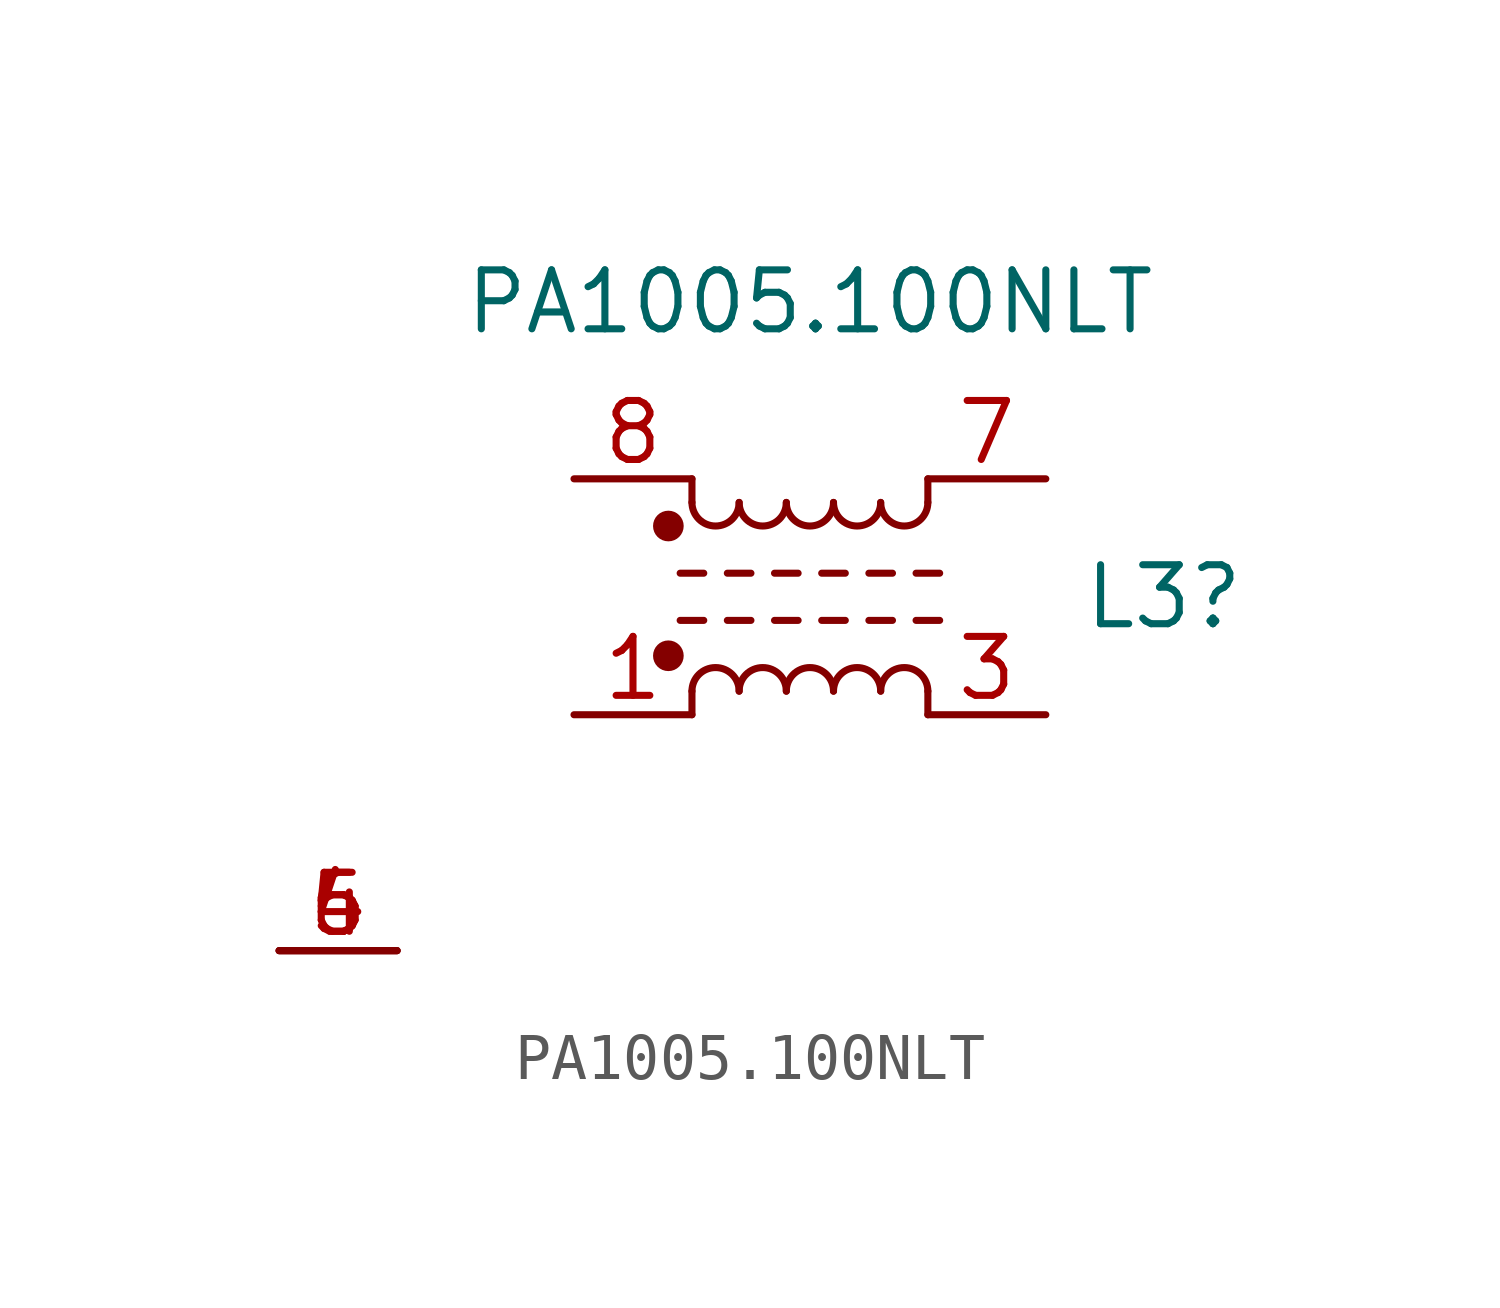
<source format=kicad_sym>
(kicad_symbol_lib
  (version 20211014)
  (generator kicad_symbol_editor)
  (symbol "PA1005.100NLT"
    (pin_names
      (offset 0.254) hide)
    (property "Reference" "L3"
      (at 7.62 0 0)
      (effects (font (size 1.27 1.27))))
    (property "Value" "PA1005.100NLT"
      (at 0 6.35 0)
      (effects (font (size 1.27 1.27))))
    (symbol "PA1005.100NLT_0_1"
      (circle (center -3.048 -1.27) (radius 0.254) (stroke (width 0) (type default) (color 0 0 0 0)) (fill (type outline)))
      (circle (center -3.048 1.524) (radius 0.254) (stroke (width 0) (type default) (color 0 0 0 0)) (fill (type outline)))
      (arc (start -2.54 2.032) (mid -2.032 1.524) (end -1.524 2.032) (stroke (width 0) (type default) (color 0 0 0 0)) (fill (type none)))
      (arc (start -1.524 -2.032) (mid -2.032 -1.524) (end -2.54 -2.032) (stroke (width 0) (type default) (color 0 0 0 0)) (fill (type none)))
      (arc (start -1.524 2.032) (mid -1.016 1.524) (end -0.508 2.032) (stroke (width 0) (type default) (color 0 0 0 0)) (fill (type none)))
      (arc (start -0.508 -2.032) (mid -1.016 -1.524) (end -1.524 -2.032) (stroke (width 0) (type default) (color 0 0 0 0)) (fill (type none)))
      (arc (start -0.508 2.032) (mid 0 1.524) (end 0.508 2.032) (stroke (width 0) (type default) (color 0 0 0 0)) (fill (type none)))
      (polyline (pts (xy -2.794 -0.508) (xy -2.286 -0.508)) (stroke (width 0) (type default) (color 0 0 0 0)) (fill (type none)))
      (polyline (pts (xy -2.794 0.508) (xy -2.286 0.508)) (stroke (width 0) (type default) (color 0 0 0 0)) (fill (type none)))
      (polyline (pts (xy -2.54 -2.032) (xy -2.54 -2.54)) (stroke (width 0) (type default) (color 0 0 0 0)) (fill (type none)))
      (polyline (pts (xy -2.54 2.032) (xy -2.54 2.54)) (stroke (width 0) (type default) (color 0 0 0 0)) (fill (type none)))
      (polyline (pts (xy -1.778 -0.508) (xy -1.27 -0.508)) (stroke (width 0) (type default) (color 0 0 0 0)) (fill (type none)))
      (polyline (pts (xy -1.778 0.508) (xy -1.27 0.508)) (stroke (width 0) (type default) (color 0 0 0 0)) (fill (type none)))
      (polyline (pts (xy -0.762 -0.508) (xy -0.254 -0.508)) (stroke (width 0) (type default) (color 0 0 0 0)) (fill (type none)))
      (polyline (pts (xy -0.762 0.508) (xy -0.254 0.508)) (stroke (width 0) (type default) (color 0 0 0 0)) (fill (type none)))
      (polyline (pts (xy 0.254 -0.508) (xy 0.762 -0.508)) (stroke (width 0) (type default) (color 0 0 0 0)) (fill (type none)))
      (polyline (pts (xy 0.254 0.508) (xy 0.762 0.508)) (stroke (width 0) (type default) (color 0 0 0 0)) (fill (type none)))
      (polyline (pts (xy 1.27 -0.508) (xy 1.778 -0.508)) (stroke (width 0) (type default) (color 0 0 0 0)) (fill (type none)))
      (polyline (pts (xy 1.27 0.508) (xy 1.778 0.508)) (stroke (width 0) (type default) (color 0 0 0 0)) (fill (type none)))
      (polyline (pts (xy 2.286 -0.508) (xy 2.794 -0.508)) (stroke (width 0) (type default) (color 0 0 0 0)) (fill (type none)))
      (polyline (pts (xy 2.286 0.508) (xy 2.794 0.508)) (stroke (width 0) (type default) (color 0 0 0 0)) (fill (type none)))
      (polyline (pts (xy 2.54 -2.032) (xy 2.54 -2.54)) (stroke (width 0) (type default) (color 0 0 0 0)) (fill (type none)))
      (polyline (pts (xy 2.54 2.54) (xy 2.54 2.032)) (stroke (width 0) (type default) (color 0 0 0 0)) (fill (type none)))
      (arc (start 0.508 -2.032) (mid 0 -1.524) (end -0.508 -2.032) (stroke (width 0) (type default) (color 0 0 0 0)) (fill (type none)))
      (arc (start 0.508 2.032) (mid 1.016 1.524) (end 1.524 2.032) (stroke (width 0) (type default) (color 0 0 0 0)) (fill (type none)))
      (arc (start 1.524 -2.032) (mid 1.016 -1.524) (end 0.508 -2.032) (stroke (width 0) (type default) (color 0 0 0 0)) (fill (type none)))
      (arc (start 1.524 2.032) (mid 2.032 1.524) (end 2.54 2.032) (stroke (width 0) (type default) (color 0 0 0 0)) (fill (type none)))
      (arc (start 2.54 -2.032) (mid 2.032 -1.524) (end 1.524 -2.032) (stroke (width 0) (type default) (color 0 0 0 0)) (fill (type none))))
    (symbol "PA1005.100NLT_1_1"
      (pin passive line (at -5.08 -2.54 0) (length 2.54) (name "1" (effects (font (size 1.27 1.27)))) (number "1" (effects (font (size 1.27 1.27)))))
      (pin no_connect line (at 0 0 0) (length 2.54) hide (name "2" (effects (font (size 1.27 1.27)))) (number "2" (effects (font (size 1.27 1.27)))))
      (pin passive line (at 5.08 -2.54 180) (length 2.54) (name "3" (effects (font (size 1.27 1.27)))) (number "3" (effects (font (size 1.27 1.27)))))
      (pin free line (at -11.43 -7.62 0) (length 2.54) (name "4" (effects (font (size 1.27 1.27)))) (number "4" (effects (font (size 1.27 1.27)))))
      (pin free line (at -11.43 -7.62 0) (length 2.54) (name "5" (effects (font (size 1.27 1.27)))) (number "5" (effects (font (size 1.27 1.27)))))
      (pin free line (at -11.43 -7.62 0) (length 2.54) (name "6" (effects (font (size 1.27 1.27)))) (number "6" (effects (font (size 1.27 1.27)))))
      (pin passive line (at 5.08 2.54 180) (length 2.54) (name "7" (effects (font (size 1.27 1.27)))) (number "7" (effects (font (size 1.27 1.27)))))
      (pin passive line (at -5.08 2.54 0) (length 2.54) (name "8" (effects (font (size 1.27 1.27)))) (number "8" (effects (font (size 1.27 1.27))))))))
</source>
